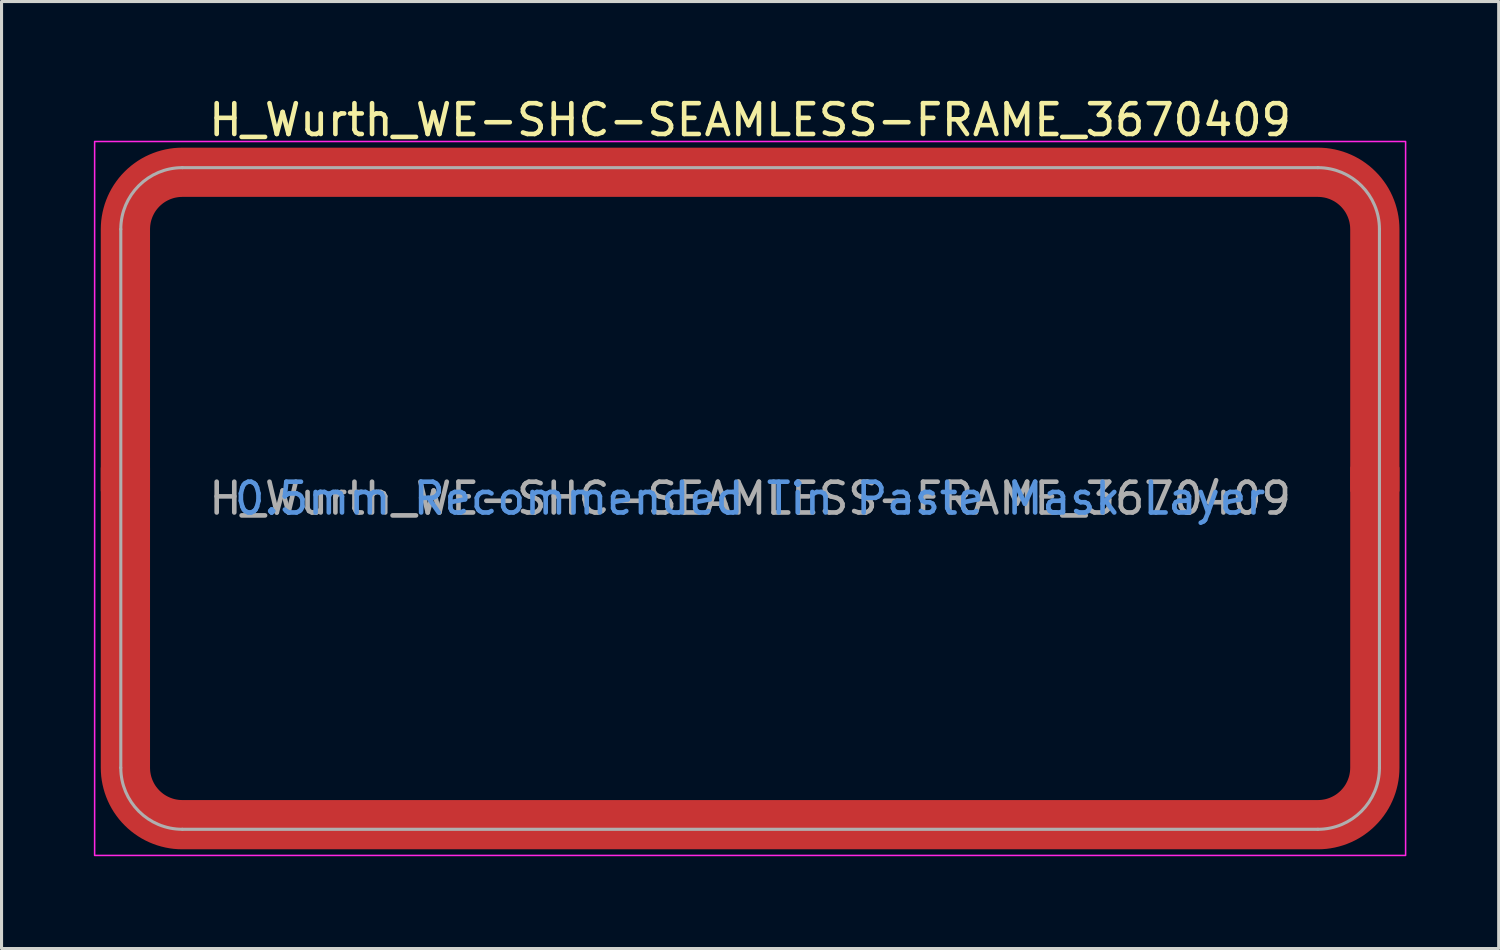
<source format=kicad_pcb>
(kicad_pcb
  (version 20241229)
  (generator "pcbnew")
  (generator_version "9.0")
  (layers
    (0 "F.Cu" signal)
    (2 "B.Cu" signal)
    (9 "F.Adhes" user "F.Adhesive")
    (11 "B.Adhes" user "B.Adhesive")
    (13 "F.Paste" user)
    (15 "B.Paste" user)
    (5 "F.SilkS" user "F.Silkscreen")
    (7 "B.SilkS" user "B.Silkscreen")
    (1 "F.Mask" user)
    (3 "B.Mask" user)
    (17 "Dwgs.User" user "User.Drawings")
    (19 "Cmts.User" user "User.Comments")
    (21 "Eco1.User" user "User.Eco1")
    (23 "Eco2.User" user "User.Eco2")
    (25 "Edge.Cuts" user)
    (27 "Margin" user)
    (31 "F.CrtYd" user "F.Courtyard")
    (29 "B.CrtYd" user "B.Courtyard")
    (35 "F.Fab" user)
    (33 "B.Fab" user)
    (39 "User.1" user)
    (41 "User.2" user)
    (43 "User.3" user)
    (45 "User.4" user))
  (footprint "H_Wurth_WE-SHC-SEAMLESS-FRAME_3670409"
    (layer "F.Cu")
    (at 21.325 13.148)
    (property "Reference" "H_Wurth_WE-SHC-SEAMLESS-FRAME_3670409" (at 0 -12.3 0) (unlocked yes) (layer "F.SilkS") (effects (font (size 1 1) (thickness 0.15))))
    (attr smd)
    (fp_poly (pts (xy -19.55 -0.25) (xy -21.05 -0.25) (xy -21.05 -8.75) (xy -21.046 -8.886) (xy -21.036 -9.022) (xy -21.018 -9.157) (xy -20.993 -9.291) (xy -20.961 -9.423) (xy -20.923 -9.553) (xy -20.877 -9.682) (xy -20.825 -9.808) (xy -20.767 -9.93) (xy -20.702 -10.05) (xy -20.631 -10.166) (xy -20.553 -10.278) (xy -20.471 -10.386) (xy -20.382 -10.49) (xy -20.288 -10.588) (xy -20.19 -10.682) (xy -20.086 -10.771) (xy -19.978 -10.853) (xy -19.866 -10.931) (xy -19.75 -11.002) (xy -19.63 -11.067) (xy -19.508 -11.125) (xy -19.382 -11.177) (xy -19.253 -11.223) (xy -19.123 -11.261) (xy -18.991 -11.293) (xy -18.857 -11.318) (xy -18.722 -11.336) (xy -18.586 -11.346) (xy -18.45 -11.35) (xy 18.45 -11.35) (xy 18.586 -11.346) (xy 18.722 -11.336) (xy 18.857 -11.318) (xy 18.991 -11.293) (xy 19.123 -11.261) (xy 19.253 -11.223) (xy 19.382 -11.177) (xy 19.508 -11.125) (xy 19.63 -11.067) (xy 19.75 -11.002) (xy 19.866 -10.931) (xy 19.978 -10.853) (xy 20.086 -10.771) (xy 20.19 -10.682) (xy 20.288 -10.588) (xy 20.382 -10.49) (xy 20.471 -10.386) (xy 20.553 -10.278) (xy 20.631 -10.166) (xy 20.702 -10.05) (xy 20.767 -9.93) (xy 20.825 -9.808) (xy 20.877 -9.682) (xy 20.923 -9.553) (xy 20.961 -9.423) (xy 20.993 -9.291) (xy 21.018 -9.157) (xy 21.036 -9.022) (xy 21.046 -8.886) (xy 21.05 -8.75) (xy 21.05 -0.25) (xy 19.55 -0.25) (xy 19.55 -8.75) (xy 19.548 -8.808) (xy 19.544 -8.865) (xy 19.536 -8.922) (xy 19.526 -8.979) (xy 19.513 -9.035) (xy 19.496 -9.09) (xy 19.477 -9.144) (xy 19.455 -9.197) (xy 19.43 -9.249) (xy 19.403 -9.3) (xy 19.373 -9.349) (xy 19.34 -9.397) (xy 19.305 -9.442) (xy 19.267 -9.486) (xy 19.228 -9.528) (xy 19.186 -9.567) (xy 19.142 -9.605) (xy 19.097 -9.64) (xy 19.049 -9.673) (xy 19 -9.703) (xy 18.949 -9.73) (xy 18.897 -9.755) (xy 18.844 -9.777) (xy 18.79 -9.796) (xy 18.735 -9.813) (xy 18.679 -9.826) (xy 18.622 -9.836) (xy 18.565 -9.844) (xy 18.508 -9.848) (xy 18.45 -9.85) (xy -18.45 -9.85) (xy -18.508 -9.848) (xy -18.565 -9.844) (xy -18.622 -9.836) (xy -18.679 -9.826) (xy -18.735 -9.813) (xy -18.79 -9.796) (xy -18.844 -9.777) (xy -18.897 -9.755) (xy -18.949 -9.73) (xy -19 -9.703) (xy -19.049 -9.673) (xy -19.097 -9.64) (xy -19.142 -9.605) (xy -19.186 -9.567) (xy -19.228 -9.528) (xy -19.267 -9.486) (xy -19.305 -9.442) (xy -19.34 -9.397) (xy -19.373 -9.349) (xy -19.403 -9.3) (xy -19.43 -9.249) (xy -19.455 -9.197) (xy -19.477 -9.144) (xy -19.496 -9.09) (xy -19.513 -9.035) (xy -19.526 -8.979) (xy -19.536 -8.922) (xy -19.544 -8.865) (xy -19.548 -8.808) (xy -19.55 -8.75) (xy -19.55 -0.25)) (stroke (width 0.1) (type solid)) (fill yes) (layer "F.Cu"))
    (fp_poly (pts (xy -19.55 -0.25) (xy -21.05 -0.25) (xy -21.05 -8.75) (xy -21.046 -8.886) (xy -21.036 -9.022) (xy -21.018 -9.157) (xy -20.993 -9.291) (xy -20.961 -9.423) (xy -20.923 -9.553) (xy -20.877 -9.682) (xy -20.825 -9.808) (xy -20.767 -9.93) (xy -20.702 -10.05) (xy -20.631 -10.166) (xy -20.553 -10.278) (xy -20.471 -10.386) (xy -20.382 -10.49) (xy -20.288 -10.588) (xy -20.19 -10.682) (xy -20.086 -10.771) (xy -19.978 -10.853) (xy -19.866 -10.931) (xy -19.75 -11.002) (xy -19.63 -11.067) (xy -19.508 -11.125) (xy -19.382 -11.177) (xy -19.253 -11.223) (xy -19.123 -11.261) (xy -18.991 -11.293) (xy -18.857 -11.318) (xy -18.722 -11.336) (xy -18.586 -11.346) (xy -18.45 -11.35) (xy 18.45 -11.35) (xy 18.586 -11.346) (xy 18.722 -11.336) (xy 18.857 -11.318) (xy 18.991 -11.293) (xy 19.123 -11.261) (xy 19.253 -11.223) (xy 19.382 -11.177) (xy 19.508 -11.125) (xy 19.63 -11.067) (xy 19.75 -11.002) (xy 19.866 -10.931) (xy 19.978 -10.853) (xy 20.086 -10.771) (xy 20.19 -10.682) (xy 20.288 -10.588) (xy 20.382 -10.49) (xy 20.471 -10.386) (xy 20.553 -10.278) (xy 20.631 -10.166) (xy 20.702 -10.05) (xy 20.767 -9.93) (xy 20.825 -9.808) (xy 20.877 -9.682) (xy 20.923 -9.553) (xy 20.961 -9.423) (xy 20.993 -9.291) (xy 21.018 -9.157) (xy 21.036 -9.022) (xy 21.046 -8.886) (xy 21.05 -8.75) (xy 21.05 -0.25) (xy 19.55 -0.25) (xy 19.55 -8.75) (xy 19.548 -8.808) (xy 19.544 -8.865) (xy 19.536 -8.922) (xy 19.526 -8.979) (xy 19.513 -9.035) (xy 19.496 -9.09) (xy 19.477 -9.144) (xy 19.455 -9.197) (xy 19.43 -9.249) (xy 19.403 -9.3) (xy 19.373 -9.349) (xy 19.34 -9.397) (xy 19.305 -9.442) (xy 19.267 -9.486) (xy 19.228 -9.528) (xy 19.186 -9.567) (xy 19.142 -9.605) (xy 19.097 -9.64) (xy 19.049 -9.673) (xy 19 -9.703) (xy 18.949 -9.73) (xy 18.897 -9.755) (xy 18.844 -9.777) (xy 18.79 -9.796) (xy 18.735 -9.813) (xy 18.679 -9.826) (xy 18.622 -9.836) (xy 18.565 -9.844) (xy 18.508 -9.848) (xy 18.45 -9.85) (xy -18.45 -9.85) (xy -18.508 -9.848) (xy -18.565 -9.844) (xy -18.622 -9.836) (xy -18.679 -9.826) (xy -18.735 -9.813) (xy -18.79 -9.796) (xy -18.844 -9.777) (xy -18.897 -9.755) (xy -18.949 -9.73) (xy -19 -9.703) (xy -19.049 -9.673) (xy -19.097 -9.64) (xy -19.142 -9.605) (xy -19.186 -9.567) (xy -19.228 -9.528) (xy -19.267 -9.486) (xy -19.305 -9.442) (xy -19.34 -9.397) (xy -19.373 -9.349) (xy -19.403 -9.3) (xy -19.43 -9.249) (xy -19.455 -9.197) (xy -19.477 -9.144) (xy -19.496 -9.09) (xy -19.513 -9.035) (xy -19.526 -8.979) (xy -19.536 -8.922) (xy -19.544 -8.865) (xy -19.548 -8.808) (xy -19.55 -8.75) (xy -19.55 -0.25)) (stroke (width 0.1) (type solid)) (fill yes) (layer "F.Mask"))
    (fp_poly (pts (xy -19.55 -0.25) (xy -21.05 -0.25) (xy -21.05 -8.75) (xy -21.046 -8.886) (xy -21.036 -9.022) (xy -21.018 -9.157) (xy -20.993 -9.291) (xy -20.961 -9.423) (xy -20.923 -9.553) (xy -20.877 -9.682) (xy -20.825 -9.808) (xy -20.767 -9.93) (xy -20.702 -10.05) (xy -20.631 -10.166) (xy -20.553 -10.278) (xy -20.471 -10.386) (xy -20.382 -10.49) (xy -20.288 -10.588) (xy -20.19 -10.682) (xy -20.086 -10.771) (xy -19.978 -10.853) (xy -19.866 -10.931) (xy -19.75 -11.002) (xy -19.63 -11.067) (xy -19.508 -11.125) (xy -19.382 -11.177) (xy -19.253 -11.223) (xy -19.123 -11.261) (xy -18.991 -11.293) (xy -18.857 -11.318) (xy -18.722 -11.336) (xy -18.586 -11.346) (xy -18.45 -11.35) (xy 18.45 -11.35) (xy 18.586 -11.346) (xy 18.722 -11.336) (xy 18.857 -11.318) (xy 18.991 -11.293) (xy 19.123 -11.261) (xy 19.253 -11.223) (xy 19.382 -11.177) (xy 19.508 -11.125) (xy 19.63 -11.067) (xy 19.75 -11.002) (xy 19.866 -10.931) (xy 19.978 -10.853) (xy 20.086 -10.771) (xy 20.19 -10.682) (xy 20.288 -10.588) (xy 20.382 -10.49) (xy 20.471 -10.386) (xy 20.553 -10.278) (xy 20.631 -10.166) (xy 20.702 -10.05) (xy 20.767 -9.93) (xy 20.825 -9.808) (xy 20.877 -9.682) (xy 20.923 -9.553) (xy 20.961 -9.423) (xy 20.993 -9.291) (xy 21.018 -9.157) (xy 21.036 -9.022) (xy 21.046 -8.886) (xy 21.05 -8.75) (xy 21.05 -0.25) (xy 19.55 -0.25) (xy 19.55 -8.75) (xy 19.548 -8.808) (xy 19.544 -8.865) (xy 19.536 -8.922) (xy 19.526 -8.979) (xy 19.513 -9.035) (xy 19.496 -9.09) (xy 19.477 -9.144) (xy 19.455 -9.197) (xy 19.43 -9.249) (xy 19.403 -9.3) (xy 19.373 -9.349) (xy 19.34 -9.397) (xy 19.305 -9.442) (xy 19.267 -9.486) (xy 19.228 -9.528) (xy 19.186 -9.567) (xy 19.142 -9.605) (xy 19.097 -9.64) (xy 19.049 -9.673) (xy 19 -9.703) (xy 18.949 -9.73) (xy 18.897 -9.755) (xy 18.844 -9.777) (xy 18.79 -9.796) (xy 18.735 -9.813) (xy 18.679 -9.826) (xy 18.622 -9.836) (xy 18.565 -9.844) (xy 18.508 -9.848) (xy 18.45 -9.85) (xy -18.45 -9.85) (xy -18.508 -9.848) (xy -18.565 -9.844) (xy -18.622 -9.836) (xy -18.679 -9.826) (xy -18.735 -9.813) (xy -18.79 -9.796) (xy -18.844 -9.777) (xy -18.897 -9.755) (xy -18.949 -9.73) (xy -19 -9.703) (xy -19.049 -9.673) (xy -19.097 -9.64) (xy -19.142 -9.605) (xy -19.186 -9.567) (xy -19.228 -9.528) (xy -19.267 -9.486) (xy -19.305 -9.442) (xy -19.34 -9.397) (xy -19.373 -9.349) (xy -19.403 -9.3) (xy -19.43 -9.249) (xy -19.455 -9.197) (xy -19.477 -9.144) (xy -19.496 -9.09) (xy -19.513 -9.035) (xy -19.526 -8.979) (xy -19.536 -8.922) (xy -19.544 -8.865) (xy -19.548 -8.808) (xy -19.55 -8.75) (xy -19.55 -0.25)) (stroke (width 0.1) (type solid)) (fill yes) (layer "F.Paste"))
    (fp_rect (start -21.3 -11.6) (end 21.3 11.6) (stroke (width 0.05) (type solid)) (fill no) (layer "F.CrtYd"))
    (fp_line (start -20.45 8.75) (end -20.45 -8.75) (stroke (width 0.1) (type solid)) (layer "F.Fab"))
    (fp_line (start -18.45 -10.75) (end 18.45 -10.75) (stroke (width 0.1) (type solid)) (layer "F.Fab"))
    (fp_line (start -18.45 10.75) (end 18.45 10.75) (stroke (width 0.1) (type solid)) (layer "F.Fab"))
    (fp_line (start 20.45 8.75) (end 20.45 -8.75) (stroke (width 0.1) (type solid)) (layer "F.Fab"))
    (fp_arc (start -20.45 -8.75) (mid -19.864214 -10.164214) (end -18.45 -10.75) (stroke (width 0.1) (type default)) (layer "F.Fab"))
    (fp_arc (start -18.45 10.75) (mid -19.864214 10.164214) (end -20.45 8.75) (stroke (width 0.1) (type default)) (layer "F.Fab"))
    (fp_arc (start 18.45 -10.75) (mid 19.864214 -10.164214) (end 20.45 -8.75) (stroke (width 0.1) (type default)) (layer "F.Fab"))
    (fp_arc (start 20.45 8.75) (mid 19.864214 10.164214) (end 18.45 10.75) (stroke (width 0.1) (type default)) (layer "F.Fab"))
    (fp_text user "0.5mm Recommended Tin Paste Mask Layer" (at 0 0 0) (unlocked yes) (layer "Cmts.User") (effects (font (size 1 1) (thickness 0.15))))
    (fp_text user "${REFERENCE}" (at 0 0 0) (unlocked yes) (layer "F.Fab") (effects (font (size 1 1) (thickness 0.15))))
    (pad "1" smd custom (at 20.3 0) (size 1.5 17.5) (layers "F.Cu" "F.Mask" "F.Paste") (options (anchor rect)) (primitives (gr_poly (pts (xy -0.75 -1) (xy 0.75 -1) (xy 0.75 8.75) (xy 0.746 8.886) (xy 0.736 9.022) (xy 0.718 9.157) (xy 0.693 9.291) (xy 0.661 9.423) (xy 0.623 9.553) (xy 0.577 9.682) (xy 0.525 9.808) (xy 0.467 9.93) (xy 0.402 10.05) (xy 0.331 10.166) (xy 0.253 10.278) (xy 0.171 10.386) (xy 0.082 10.49) (xy -0.012 10.588) (xy -0.11 10.682) (xy -0.214 10.771) (xy -0.322 10.853) (xy -0.434 10.931) (xy -0.55 11.002) (xy -0.67 11.067) (xy -0.792 11.125) (xy -0.918 11.177) (xy -1.047 11.223) (xy -1.177 11.261) (xy -1.309 11.293) (xy -1.443 11.318) (xy -1.578 11.336) (xy -1.714 11.346) (xy -1.85 11.35) (xy -38.75 11.35) (xy -38.886 11.346) (xy -39.022 11.336) (xy -39.157 11.318) (xy -39.291 11.293) (xy -39.423 11.261) (xy -39.553 11.223) (xy -39.682 11.177) (xy -39.808 11.125) (xy -39.93 11.067) (xy -40.05 11.002) (xy -40.166 10.931) (xy -40.278 10.853) (xy -40.386 10.771) (xy -40.49 10.682) (xy -40.588 10.588) (xy -40.682 10.49) (xy -40.771 10.386) (xy -40.853 10.278) (xy -40.931 10.166) (xy -41.002 10.05) (xy -41.067 9.93) (xy -41.125 9.808) (xy -41.177 9.682) (xy -41.223 9.553) (xy -41.261 9.423) (xy -41.293 9.291) (xy -41.318 9.157) (xy -41.336 9.022) (xy -41.346 8.886) (xy -41.35 8.75) (xy -41.35 -1) (xy -39.85 -1) (xy -39.85 8.75) (xy -39.848 8.808) (xy -39.844 8.865) (xy -39.836 8.922) (xy -39.826 8.979) (xy -39.813 9.035) (xy -39.796 9.09) (xy -39.777 9.144) (xy -39.755 9.197) (xy -39.73 9.249) (xy -39.703 9.3) (xy -39.673 9.349) (xy -39.64 9.397) (xy -39.605 9.442) (xy -39.567 9.486) (xy -39.528 9.528) (xy -39.486 9.567) (xy -39.442 9.605) (xy -39.397 9.64) (xy -39.349 9.673) (xy -39.3 9.703) (xy -39.249 9.73) (xy -39.197 9.755) (xy -39.144 9.777) (xy -39.09 9.796) (xy -39.035 9.813) (xy -38.979 9.826) (xy -38.922 9.836) (xy -38.865 9.844) (xy -38.808 9.848) (xy -38.75 9.85) (xy -1.85 9.85) (xy -1.792 9.848) (xy -1.735 9.844) (xy -1.678 9.836) (xy -1.621 9.826) (xy -1.565 9.813) (xy -1.51 9.796) (xy -1.456 9.777) (xy -1.403 9.755) (xy -1.351 9.73) (xy -1.3 9.703) (xy -1.251 9.673) (xy -1.203 9.64) (xy -1.158 9.605) (xy -1.114 9.567) (xy -1.072 9.528) (xy -1.033 9.486) (xy -0.995 9.442) (xy -0.96 9.397) (xy -0.927 9.349) (xy -0.897 9.3) (xy -0.87 9.249) (xy -0.845 9.197) (xy -0.823 9.144) (xy -0.804 9.09) (xy -0.787 9.035) (xy -0.774 8.979) (xy -0.764 8.922) (xy -0.756 8.865) (xy -0.752 8.808) (xy -0.75 8.75) (xy -0.75 -1)) (width 0.1) (fill yes)))))
  (gr_rect
    (start -3 -3)
    (end 45.65 27.773)
    (stroke (width 0.1) (type default))
    (fill no)
    (layer "Edge.Cuts")))
</source>
